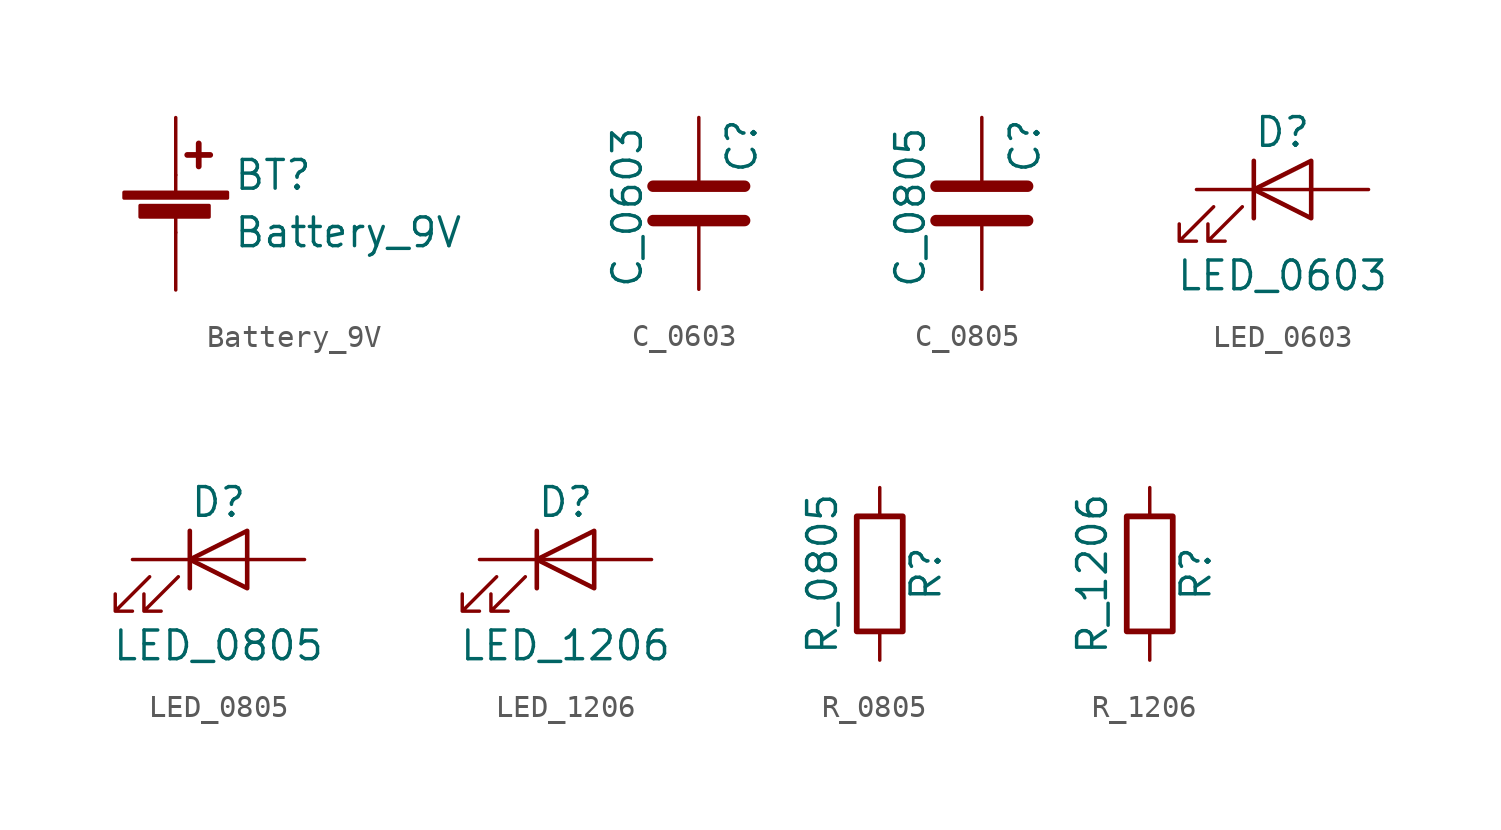
<source format=kicad_sym>
(kicad_symbol_lib
  (version 20211014)
  (generator kicad_symbol_editor)
  (symbol "Battery_9V"
    (pin_numbers hide)
    (pin_names
      (offset 0) hide)
    (property "Reference" "BT"
      (at 2.54 2.54 0)
      (effects (font (size 1.27 1.27)) (justify left)))
    (property "Value" "Battery_9V"
      (at 2.54 0 0)
      (effects (font (size 1.27 1.27)) (justify left)))
    (symbol "Battery_9V_0_1"
      (rectangle (start -2.286 1.778) (end 2.286 1.524) (stroke (width 0) (type default) (color 0 0 0 0)) (fill (type outline)))
      (rectangle (start -1.575 1.194) (end 1.473 0.686) (stroke (width 0) (type default) (color 0 0 0 0)) (fill (type outline)))
      (polyline (pts (xy 0 0.762) (xy 0 0)) (stroke (width 0) (type default) (color 0 0 0 0)) (fill (type none)))
      (polyline (pts (xy 0 1.778) (xy 0 2.54)) (stroke (width 0) (type default) (color 0 0 0 0)) (fill (type none)))
      (polyline (pts (xy 0.508 3.429) (xy 1.524 3.429)) (stroke (width 0.254) (type default) (color 0 0 0 0)) (fill (type none)))
      (polyline (pts (xy 1.016 3.937) (xy 1.016 2.921)) (stroke (width 0.254) (type default) (color 0 0 0 0)) (fill (type none))))
    (symbol "Battery_9V_1_1"
      (pin passive line (at 0 5.08 270) (length 2.54) (name "+" (effects (font (size 1.27 1.27)))) (number "1" (effects (font (size 1.27 1.27)))))
      (pin passive line (at 0 -2.54 90) (length 2.54) (name "-" (effects (font (size 1.27 1.27)))) (number "2" (effects (font (size 1.27 1.27)))))))
  (symbol "C_0603"
    (pin_numbers hide)
    (pin_names
      (offset 0.254))
    (property "Reference" "C"
      (at 1.905 1.27 90)
      (effects (font (size 1.27 1.27)) (justify left)))
    (property "Value" "C_0603"
      (at -3.175 -3.81 90)
      (effects (font (size 1.27 1.27)) (justify left)))
    (symbol "C_0603_0_1"
      (polyline (pts (xy -2.032 -0.762) (xy 2.032 -0.762)) (stroke (width 0.508) (type default) (color 0 0 0 0)) (fill (type none)))
      (polyline (pts (xy -2.032 0.762) (xy 2.032 0.762)) (stroke (width 0.508) (type default) (color 0 0 0 0)) (fill (type none))))
    (symbol "C_0603_1_1"
      (pin passive line (at 0 3.81 270) (length 2.794) (name "~" (effects (font (size 1.27 1.27)))) (number "1" (effects (font (size 1.27 1.27)))))
      (pin passive line (at 0 -3.81 90) (length 2.794) (name "~" (effects (font (size 1.27 1.27)))) (number "2" (effects (font (size 1.27 1.27)))))))
  (symbol "C_0805"
    (pin_numbers hide)
    (pin_names
      (offset 0.254))
    (property "Reference" "C"
      (at 1.905 1.27 90)
      (effects (font (size 1.27 1.27)) (justify left)))
    (property "Value" "C_0805"
      (at -3.175 -3.81 90)
      (effects (font (size 1.27 1.27)) (justify left)))
    (symbol "C_0805_0_1"
      (polyline (pts (xy -2.032 -0.762) (xy 2.032 -0.762)) (stroke (width 0.508) (type default) (color 0 0 0 0)) (fill (type none)))
      (polyline (pts (xy -2.032 0.762) (xy 2.032 0.762)) (stroke (width 0.508) (type default) (color 0 0 0 0)) (fill (type none))))
    (symbol "C_0805_1_1"
      (pin passive line (at 0 3.81 270) (length 2.794) (name "~" (effects (font (size 1.27 1.27)))) (number "1" (effects (font (size 1.27 1.27)))))
      (pin passive line (at 0 -3.81 90) (length 2.794) (name "~" (effects (font (size 1.27 1.27)))) (number "2" (effects (font (size 1.27 1.27)))))))
  (symbol "LED_0603"
    (pin_numbers hide)
    (pin_names
      (offset 1.016) hide)
    (property "Reference" "D"
      (at 0 2.54 0)
      (effects (font (size 1.27 1.27))))
    (property "Value" "LED_0603"
      (at 0 -3.81 0)
      (effects (font (size 1.27 1.27))))
    (symbol "LED_0603_0_1"
      (polyline (pts (xy -1.27 -1.27) (xy -1.27 1.27)) (stroke (width 0.203) (type default) (color 0 0 0 0)) (fill (type none)))
      (polyline (pts (xy -1.27 0) (xy 1.27 0)) (stroke (width 0) (type default) (color 0 0 0 0)) (fill (type none)))
      (polyline (pts (xy 1.27 -1.27) (xy 1.27 1.27) (xy -1.27 0) (xy 1.27 -1.27)) (stroke (width 0.203) (type default) (color 0 0 0 0)) (fill (type none)))
      (polyline (pts (xy -3.048 -0.762) (xy -4.572 -2.286) (xy -3.81 -2.286) (xy -4.572 -2.286) (xy -4.572 -1.524)) (stroke (width 0) (type default) (color 0 0 0 0)) (fill (type none)))
      (polyline (pts (xy -1.778 -0.762) (xy -3.302 -2.286) (xy -2.54 -2.286) (xy -3.302 -2.286) (xy -3.302 -1.524)) (stroke (width 0) (type default) (color 0 0 0 0)) (fill (type none))))
    (symbol "LED_0603_1_1"
      (pin passive line (at -3.81 0 0) (length 2.54) (name "K" (effects (font (size 1.27 1.27)))) (number "1" (effects (font (size 1.27 1.27)))))
      (pin passive line (at 3.81 0 180) (length 2.54) (name "A" (effects (font (size 1.27 1.27)))) (number "2" (effects (font (size 1.27 1.27)))))))
  (symbol "LED_0805"
    (pin_numbers hide)
    (pin_names
      (offset 1.016) hide)
    (property "Reference" "D"
      (at 0 2.54 0)
      (effects (font (size 1.27 1.27))))
    (property "Value" "LED_0805"
      (at 0 -3.81 0)
      (effects (font (size 1.27 1.27))))
    (symbol "LED_0805_0_1"
      (polyline (pts (xy -1.27 -1.27) (xy -1.27 1.27)) (stroke (width 0.203) (type default) (color 0 0 0 0)) (fill (type none)))
      (polyline (pts (xy -1.27 0) (xy 1.27 0)) (stroke (width 0) (type default) (color 0 0 0 0)) (fill (type none)))
      (polyline (pts (xy 1.27 -1.27) (xy 1.27 1.27) (xy -1.27 0) (xy 1.27 -1.27)) (stroke (width 0.203) (type default) (color 0 0 0 0)) (fill (type none)))
      (polyline (pts (xy -3.048 -0.762) (xy -4.572 -2.286) (xy -3.81 -2.286) (xy -4.572 -2.286) (xy -4.572 -1.524)) (stroke (width 0) (type default) (color 0 0 0 0)) (fill (type none)))
      (polyline (pts (xy -1.778 -0.762) (xy -3.302 -2.286) (xy -2.54 -2.286) (xy -3.302 -2.286) (xy -3.302 -1.524)) (stroke (width 0) (type default) (color 0 0 0 0)) (fill (type none))))
    (symbol "LED_0805_1_1"
      (pin passive line (at -3.81 0 0) (length 2.54) (name "K" (effects (font (size 1.27 1.27)))) (number "1" (effects (font (size 1.27 1.27)))))
      (pin passive line (at 3.81 0 180) (length 2.54) (name "A" (effects (font (size 1.27 1.27)))) (number "2" (effects (font (size 1.27 1.27)))))))
  (symbol "LED_1206"
    (pin_numbers hide)
    (pin_names
      (offset 1.016) hide)
    (property "Reference" "D"
      (at 0 2.54 0)
      (effects (font (size 1.27 1.27))))
    (property "Value" "LED_1206"
      (at 0 -3.81 0)
      (effects (font (size 1.27 1.27))))
    (symbol "LED_1206_0_1"
      (polyline (pts (xy -1.27 -1.27) (xy -1.27 1.27)) (stroke (width 0.203) (type default) (color 0 0 0 0)) (fill (type none)))
      (polyline (pts (xy -1.27 0) (xy 1.27 0)) (stroke (width 0) (type default) (color 0 0 0 0)) (fill (type none)))
      (polyline (pts (xy 1.27 -1.27) (xy 1.27 1.27) (xy -1.27 0) (xy 1.27 -1.27)) (stroke (width 0.203) (type default) (color 0 0 0 0)) (fill (type none)))
      (polyline (pts (xy -3.048 -0.762) (xy -4.572 -2.286) (xy -3.81 -2.286) (xy -4.572 -2.286) (xy -4.572 -1.524)) (stroke (width 0) (type default) (color 0 0 0 0)) (fill (type none)))
      (polyline (pts (xy -1.778 -0.762) (xy -3.302 -2.286) (xy -2.54 -2.286) (xy -3.302 -2.286) (xy -3.302 -1.524)) (stroke (width 0) (type default) (color 0 0 0 0)) (fill (type none))))
    (symbol "LED_1206_1_1"
      (pin passive line (at -3.81 0 0) (length 2.54) (name "K" (effects (font (size 1.27 1.27)))) (number "1" (effects (font (size 1.27 1.27)))))
      (pin passive line (at 3.81 0 180) (length 2.54) (name "A" (effects (font (size 1.27 1.27)))) (number "2" (effects (font (size 1.27 1.27)))))))
  (symbol "R_0805"
    (pin_numbers hide)
    (pin_names
      (offset 0))
    (property "Reference" "R"
      (at 2.032 0 90)
      (effects (font (size 1.27 1.27))))
    (property "Value" "R_0805"
      (at -2.54 0 90)
      (effects (font (size 1.27 1.27))))
    (symbol "R_0805_0_1"
      (rectangle (start -1.016 -2.54) (end 1.016 2.54) (stroke (width 0.254) (type default) (color 0 0 0 0)) (fill (type none))))
    (symbol "R_0805_1_1"
      (pin passive line (at 0 3.81 270) (length 1.27) (name "~" (effects (font (size 1.27 1.27)))) (number "1" (effects (font (size 1.27 1.27)))))
      (pin passive line (at 0 -3.81 90) (length 1.27) (name "~" (effects (font (size 1.27 1.27)))) (number "2" (effects (font (size 1.27 1.27)))))))
  (symbol "R_1206"
    (pin_numbers hide)
    (pin_names
      (offset 0))
    (property "Reference" "R"
      (at 2.032 0 90)
      (effects (font (size 1.27 1.27))))
    (property "Value" "R_1206"
      (at -2.54 0 90)
      (effects (font (size 1.27 1.27))))
    (symbol "R_1206_0_1"
      (rectangle (start -1.016 -2.54) (end 1.016 2.54) (stroke (width 0.254) (type default) (color 0 0 0 0)) (fill (type none))))
    (symbol "R_1206_1_1"
      (pin passive line (at 0 3.81 270) (length 1.27) (name "~" (effects (font (size 1.27 1.27)))) (number "1" (effects (font (size 1.27 1.27)))))
      (pin passive line (at 0 -3.81 90) (length 1.27) (name "~" (effects (font (size 1.27 1.27)))) (number "2" (effects (font (size 1.27 1.27))))))))
</source>
